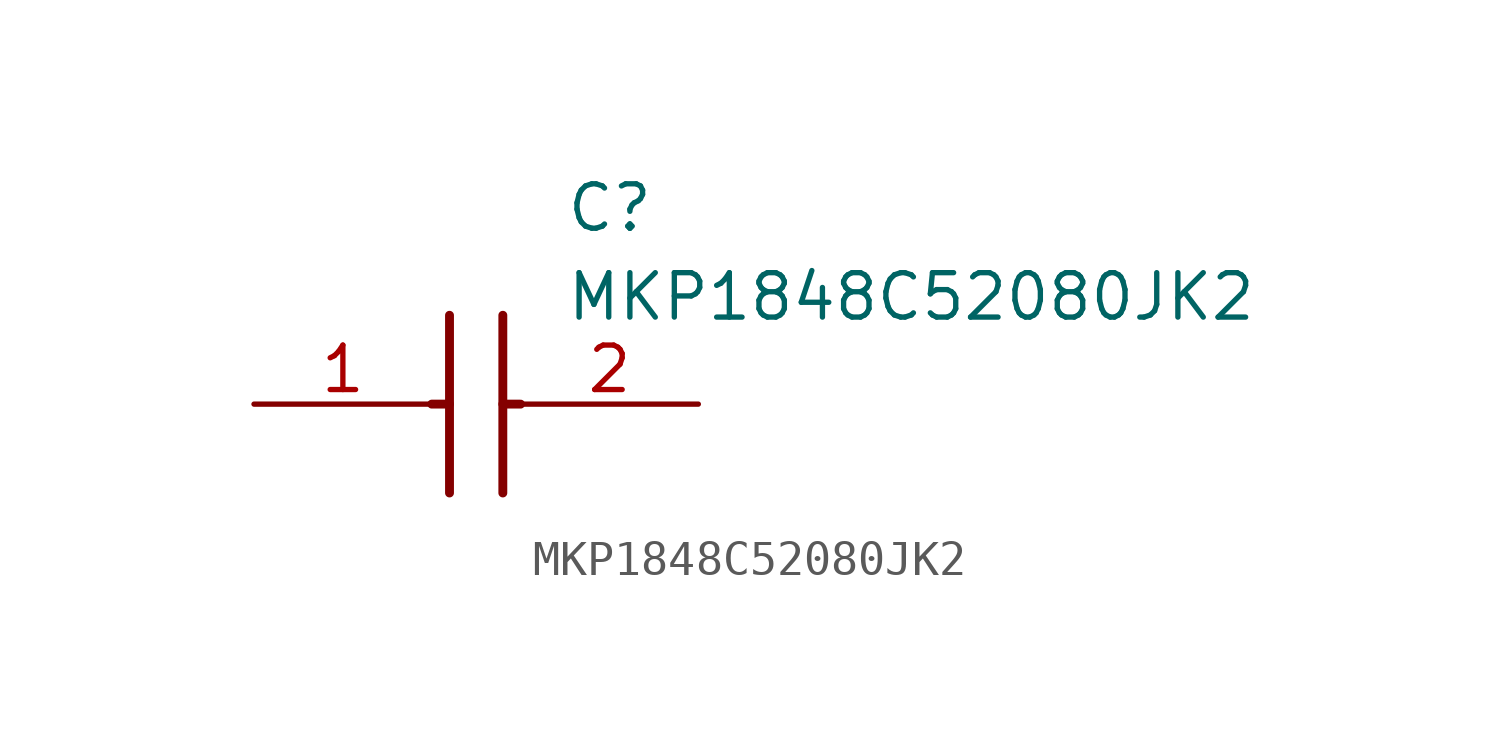
<source format=kicad_sym>
(kicad_symbol_lib
  (version 20211014)
  (generator SamacSys_ECAD_Model)
  (symbol "MKP1848C52080JK2"
    (pin_names hide)
    (property "Reference" "C"
      (at 8.89 6.35 0)
      (effects (font (size 1.27 1.27)) (justify left top)))
    (property "Value" "MKP1848C52080JK2"
      (at 8.89 3.81 0)
      (effects (font (size 1.27 1.27)) (justify left top)))
    (polyline
      (pts (xy 5.588 2.54) (xy 5.588 -2.54))
      (stroke (width 0.254) (type default))
      (fill (type none)))
    (polyline
      (pts (xy 7.112 2.54) (xy 7.112 -2.54))
      (stroke (width 0.254) (type default))
      (fill (type none)))
    (polyline
      (pts (xy 5.08 0) (xy 5.588 0))
      (stroke (width 0.254) (type default))
      (fill (type none)))
    (polyline
      (pts (xy 7.112 0) (xy 7.62 0))
      (stroke (width 0.254) (type default))
      (fill (type none)))
    (pin passive line
      (at 0 0 0)
      (length 5.08)
      (name "1" (effects (font (size 1.27 1.27))))
      (number "1" (effects (font (size 1.27 1.27)))))
    (pin passive line
      (at 12.7 0 180)
      (length 5.08)
      (name "2" (effects (font (size 1.27 1.27))))
      (number "2" (effects (font (size 1.27 1.27)))))))
</source>
